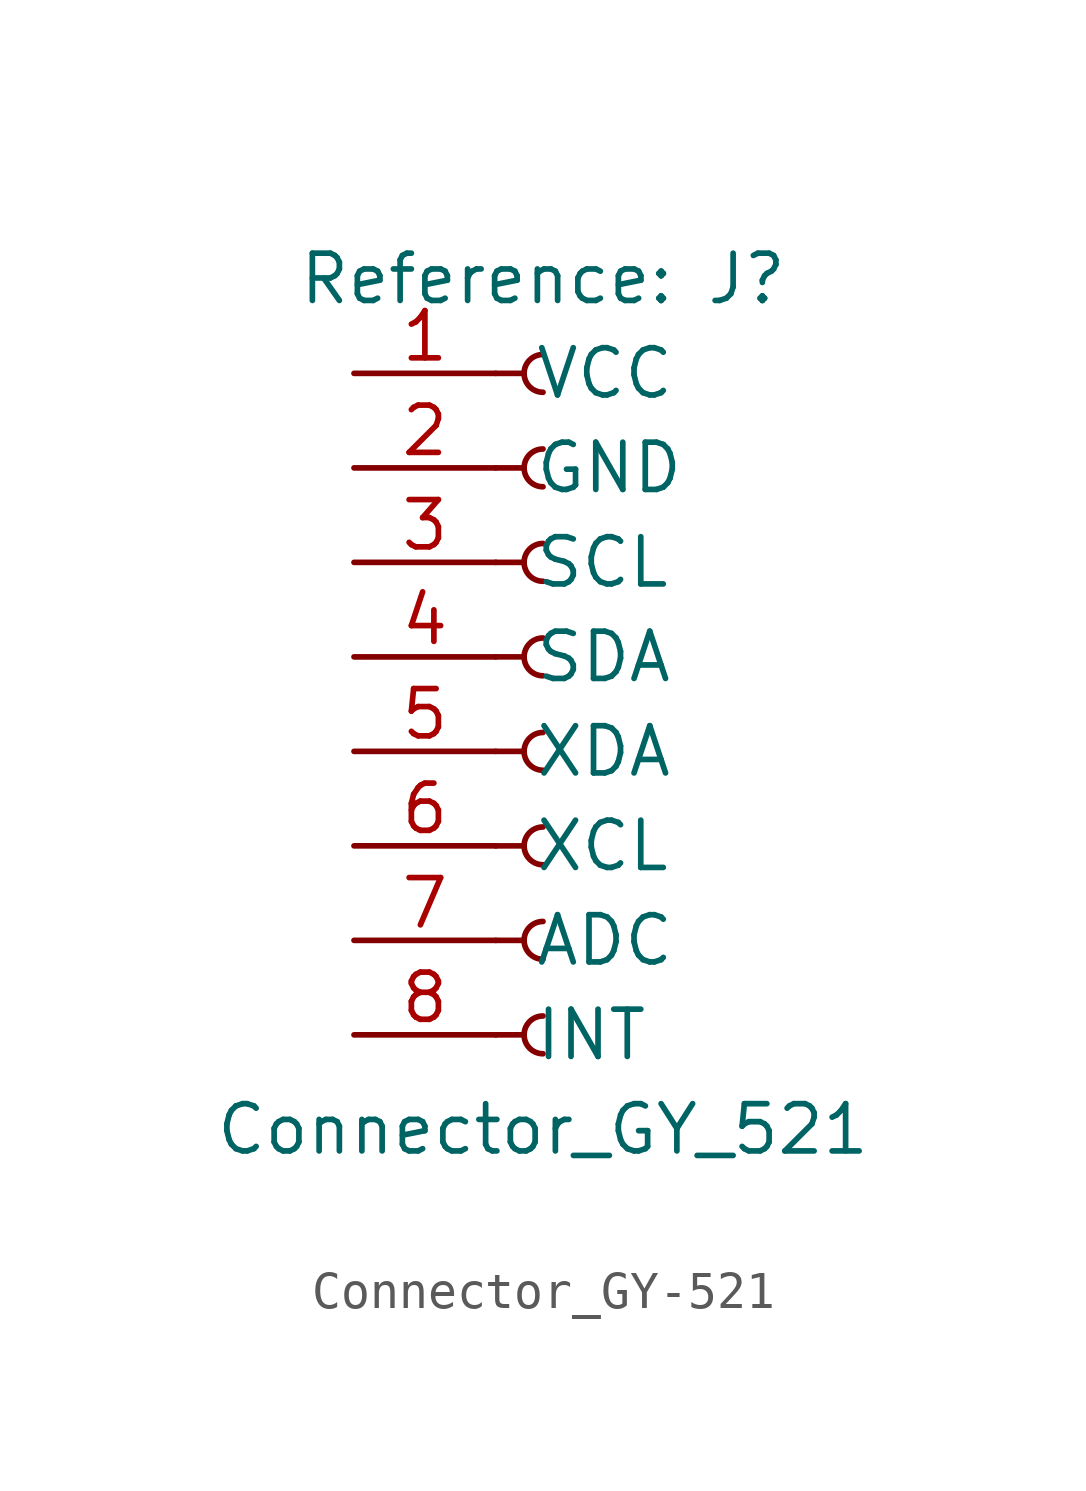
<source format=kicad_sym>
(kicad_symbol_lib
  (version 20220914)
  (generator kicad_symbol_editor)
  (symbol "Connector_GY-521"
    (pin_names
      (offset 1.016))
    (property "Reference" "J"
      (at 0 10.16 0)
      (show_name)
      (effects (font (size 1.27 1.27))))
    (property "Value" "Connector_GY_521"
      (at 0 -12.7 0)
      (effects (font (size 1.27 1.27))))
    (symbol "Connector_GY-521_1_0"
      (pin power_in line (at -5.08 7.62 0) (length 3.81) (name "VCC" (effects (font (size 1.27 1.27)))) (number "1" (effects (font (size 1.27 1.27))))))
    (symbol "Connector_GY-521_1_1"
      (arc (start 0 -9.652) (mid -0.5058 -10.16) (end 0 -10.668) (stroke (width 0.1524) (type default)) (fill (type none)))
      (arc (start 0 -7.112) (mid -0.5058 -7.62) (end 0 -8.128) (stroke (width 0.1524) (type default)) (fill (type none)))
      (arc (start 0 -4.572) (mid -0.5058 -5.08) (end 0 -5.588) (stroke (width 0.1524) (type default)) (fill (type none)))
      (arc (start 0 -2.032) (mid -0.5058 -2.54) (end 0 -3.048) (stroke (width 0.1524) (type default)) (fill (type none)))
      (polyline (pts (xy -1.27 -10.16) (xy -0.508 -10.16)) (stroke (width 0.152) (type default)) (fill (type none)))
      (polyline (pts (xy -1.27 -7.62) (xy -0.508 -7.62)) (stroke (width 0.152) (type default)) (fill (type none)))
      (polyline (pts (xy -1.27 -5.08) (xy -0.508 -5.08)) (stroke (width 0.152) (type default)) (fill (type none)))
      (polyline (pts (xy -1.27 -2.54) (xy -0.508 -2.54)) (stroke (width 0.152) (type default)) (fill (type none)))
      (polyline (pts (xy -1.27 0) (xy -0.508 0)) (stroke (width 0.152) (type default)) (fill (type none)))
      (polyline (pts (xy -1.27 2.54) (xy -0.508 2.54)) (stroke (width 0.152) (type default)) (fill (type none)))
      (polyline (pts (xy -1.27 5.08) (xy -0.508 5.08)) (stroke (width 0.152) (type default)) (fill (type none)))
      (polyline (pts (xy -1.27 7.62) (xy -0.508 7.62)) (stroke (width 0.152) (type default)) (fill (type none)))
      (arc (start 0 0.508) (mid -0.5058 0) (end 0 -0.508) (stroke (width 0.1524) (type default)) (fill (type none)))
      (arc (start 0 3.048) (mid -0.5058 2.54) (end 0 2.032) (stroke (width 0.1524) (type default)) (fill (type none)))
      (arc (start 0 5.588) (mid -0.5058 5.08) (end 0 4.572) (stroke (width 0.1524) (type default)) (fill (type none)))
      (arc (start 0 8.128) (mid -0.5058 7.62) (end 0 7.112) (stroke (width 0.1524) (type default)) (fill (type none)))
      (pin power_in line (at -5.08 5.08 0) (length 3.81) (name "GND" (effects (font (size 1.27 1.27)))) (number "2" (effects (font (size 1.27 1.27)))))
      (pin bidirectional line (at -5.08 2.54 0) (length 3.81) (name "SCL" (effects (font (size 1.27 1.27)))) (number "3" (effects (font (size 1.27 1.27)))))
      (pin bidirectional line (at -5.08 0 0) (length 3.81) (name "SDA" (effects (font (size 1.27 1.27)))) (number "4" (effects (font (size 1.27 1.27)))))
      (pin bidirectional line (at -5.08 -2.54 0) (length 3.81) (name "XDA" (effects (font (size 1.27 1.27)))) (number "5" (effects (font (size 1.27 1.27)))))
      (pin bidirectional line (at -5.08 -5.08 0) (length 3.81) (name "XCL" (effects (font (size 1.27 1.27)))) (number "6" (effects (font (size 1.27 1.27)))))
      (pin input line (at -5.08 -7.62 0) (length 3.81) (name "ADC" (effects (font (size 1.27 1.27)))) (number "7" (effects (font (size 1.27 1.27)))))
      (pin output line (at -5.08 -10.16 0) (length 3.81) (name "INT" (effects (font (size 1.27 1.27)))) (number "8" (effects (font (size 1.27 1.27))))))))
</source>
